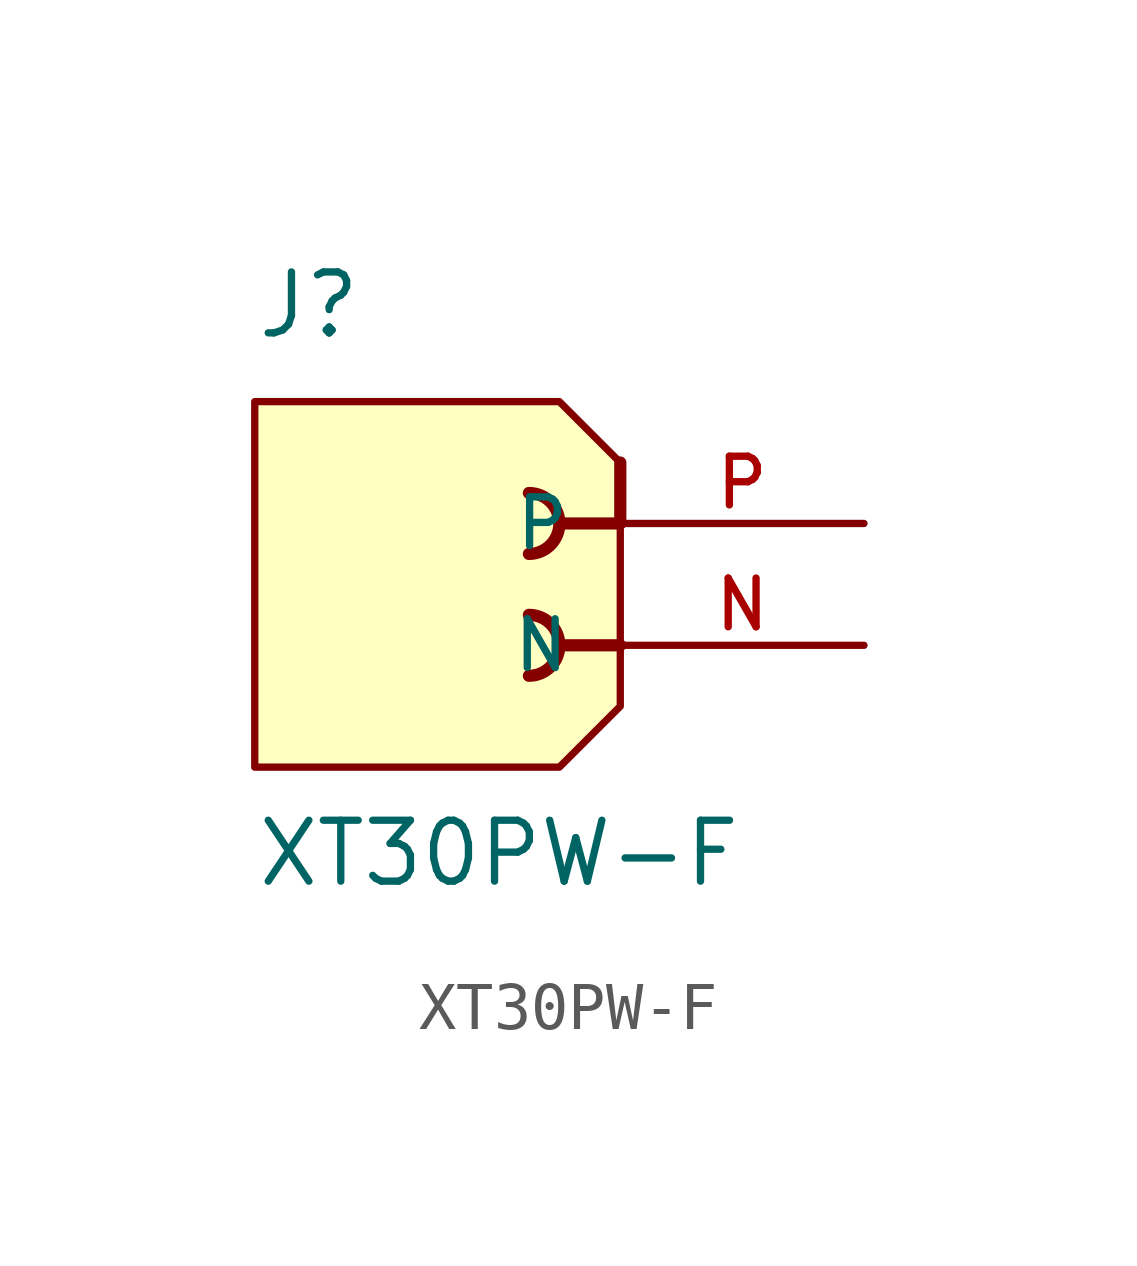
<source format=kicad_sym>
(kicad_symbol_lib
  (version 20241209)
  (generator "kicad_symbol_editor")
  (generator_version "9.0")
  (symbol "XT30PW-F"
    (pin_names
      (offset 1.016))
    (property "Reference" "J"
      (at -7.62 3.81 0)
      (effects (font (size 1.27 1.27)) (justify left bottom)))
    (property "Value" "XT30PW-F"
      (at -7.62 -7.62 0)
      (effects (font (size 1.27 1.27)) (justify left bottom)))
    (symbol "XT30PW-F_0_0"
      (arc (start -1.905 0.635) (mid -1.2727 0) (end -1.905 -0.635) (stroke (width 0.254) (type default)) (fill (type none)))
      (arc (start -1.905 -1.905) (mid -1.2727 -2.54) (end -1.905 -3.175) (stroke (width 0.254) (type default)) (fill (type none)))
      (polyline (pts (xy 0 1.27) (xy 0 0)) (stroke (width 0.254) (type default)) (fill (type none)))
      (polyline (pts (xy 0 0) (xy -1.27 0)) (stroke (width 0.254) (type default)) (fill (type none)))
      (polyline (pts (xy 0 -2.54) (xy -1.27 -2.54)) (stroke (width 0.254) (type default)) (fill (type none)))
      (pin power_in line (at 5.08 0 180) (length 5.08) (name "P" (effects (font (size 1.016 1.016)))) (number "P" (effects (font (size 1.016 1.016)))))
      (pin power_in line (at 5.08 -2.54 180) (length 5.08) (name "N" (effects (font (size 1.016 1.016)))) (number "N" (effects (font (size 1.016 1.016))))))
    (symbol "XT30PW-F_1_1"
      (polyline (pts (xy -7.62 2.54) (xy -7.62 -5.08) (xy -1.27 -5.08) (xy 0 -3.81) (xy 0 1.27) (xy -1.27 2.54) (xy -7.62 2.54)) (stroke (width 0) (type solid)) (fill (type background))))))
</source>
